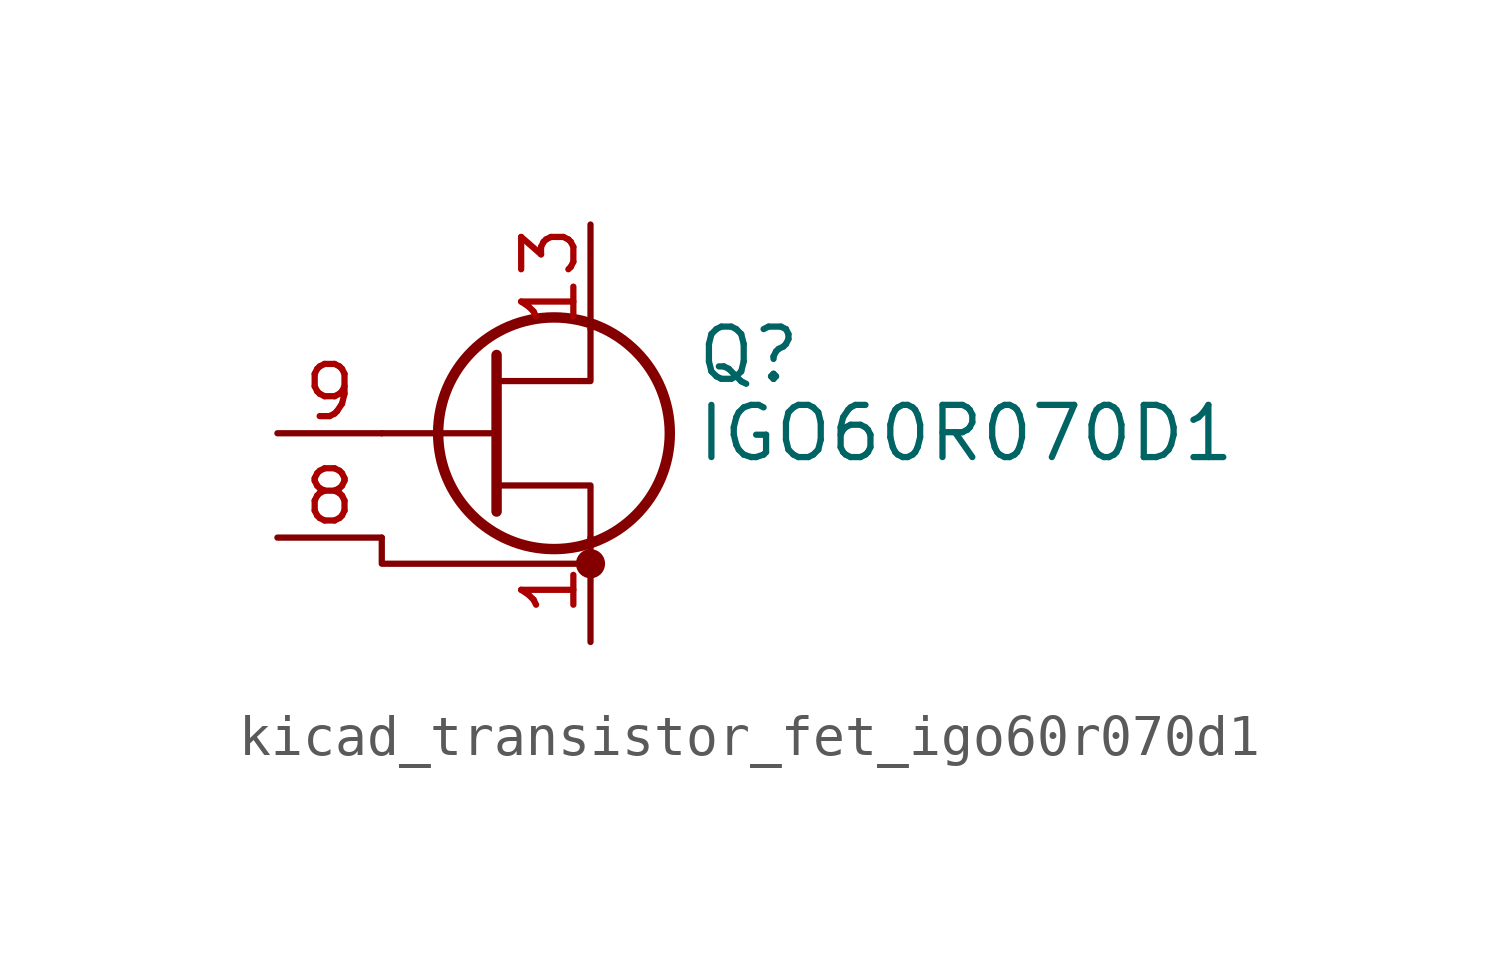
<source format=kicad_sym>
(kicad_symbol_lib
  (version 20220914)
  (generator kicad_symbol_editor)
  (symbol "kicad_transistor_fet_igo60r070d1"
    (pin_names
      (offset 0) hide)
    (property "Reference" "Q"
      (at 5.08 1.905 0)
      (effects (font (size 1.27 1.27)) (justify left)))
    (property "Value" "IGO60R070D1"
      (at 5.08 0 0)
      (effects (font (size 1.27 1.27)) (justify left)))
    (symbol "kicad_transistor_fet_igo60r070d1_0_1"
      (polyline (pts (xy -2.54 0) (xy 0.254 0)) (stroke (width 0) (type default)) (fill (type none)))
      (polyline (pts (xy -2.54 -2.54) (xy -2.54 -3.175) (xy 2.54 -3.175)) (stroke (width 0) (type default)) (fill (type none)))
      (polyline (pts (xy 0.254 -1.27) (xy 2.54 -1.27) (xy 2.54 -2.54)) (stroke (width 0) (type default)) (fill (type none)))
      (polyline (pts (xy 0.254 1.905) (xy 0.254 -1.905) (xy 0.254 -1.905)) (stroke (width 0.254) (type default)) (fill (type none)))
      (polyline (pts (xy 2.54 2.54) (xy 2.54 1.27) (xy 0.254 1.27)) (stroke (width 0) (type default)) (fill (type none)))
      (circle (center 1.651 0) (radius 2.819) (stroke (width 0.254) (type default)) (fill (type none)))
      (circle (center 2.54 -3.175) (radius 0.279) (stroke (width 0) (type default)) (fill (type outline))))
    (symbol "kicad_transistor_fet_igo60r070d1_1_1"
      (pin passive line (at 2.54 -5.08 90) (length 2.54) (name "S" (effects (font (size 1.27 1.27)))) (number "1" (effects (font (size 1.27 1.27)))))
      (pin input line (at -5.08 0 0) (length 2.54) hide (name "G" (effects (font (size 1.27 1.27)))) (number "10" (effects (font (size 1.27 1.27)))))
      (pin passive line (at 2.54 5.08 270) (length 2.54) (name "D" (effects (font (size 1.27 1.27)))) (number "13" (effects (font (size 1.27 1.27)))))
      (pin passive line (at 2.54 5.08 270) (length 2.54) hide (name "D" (effects (font (size 1.27 1.27)))) (number "14" (effects (font (size 1.27 1.27)))))
      (pin passive line (at 2.54 5.08 270) (length 2.54) hide (name "D" (effects (font (size 1.27 1.27)))) (number "15" (effects (font (size 1.27 1.27)))))
      (pin passive line (at 2.54 5.08 270) (length 2.54) hide (name "D" (effects (font (size 1.27 1.27)))) (number "16" (effects (font (size 1.27 1.27)))))
      (pin passive line (at 2.54 5.08 270) (length 2.54) hide (name "D" (effects (font (size 1.27 1.27)))) (number "17" (effects (font (size 1.27 1.27)))))
      (pin passive line (at 2.54 5.08 270) (length 2.54) hide (name "D" (effects (font (size 1.27 1.27)))) (number "18" (effects (font (size 1.27 1.27)))))
      (pin passive line (at 2.54 -5.08 90) (length 2.54) hide (name "S" (effects (font (size 1.27 1.27)))) (number "2" (effects (font (size 1.27 1.27)))))
      (pin passive line (at 2.54 -5.08 90) (length 2.54) hide (name "S" (effects (font (size 1.27 1.27)))) (number "21" (effects (font (size 1.27 1.27)))))
      (pin passive line (at 2.54 -5.08 90) (length 2.54) hide (name "S" (effects (font (size 1.27 1.27)))) (number "3" (effects (font (size 1.27 1.27)))))
      (pin passive line (at 2.54 -5.08 90) (length 2.54) hide (name "S" (effects (font (size 1.27 1.27)))) (number "4" (effects (font (size 1.27 1.27)))))
      (pin passive line (at 2.54 -5.08 90) (length 2.54) hide (name "S" (effects (font (size 1.27 1.27)))) (number "5" (effects (font (size 1.27 1.27)))))
      (pin passive line (at 2.54 -5.08 90) (length 2.54) hide (name "S" (effects (font (size 1.27 1.27)))) (number "6" (effects (font (size 1.27 1.27)))))
      (pin passive line (at 2.54 -5.08 90) (length 2.54) hide (name "S" (effects (font (size 1.27 1.27)))) (number "7" (effects (font (size 1.27 1.27)))))
      (pin passive line (at -5.08 -2.54 0) (length 2.54) (name "SS" (effects (font (size 1.27 1.27)))) (number "8" (effects (font (size 1.27 1.27)))))
      (pin input line (at -5.08 0 0) (length 2.54) (name "G" (effects (font (size 1.27 1.27)))) (number "9" (effects (font (size 1.27 1.27))))))))
</source>
